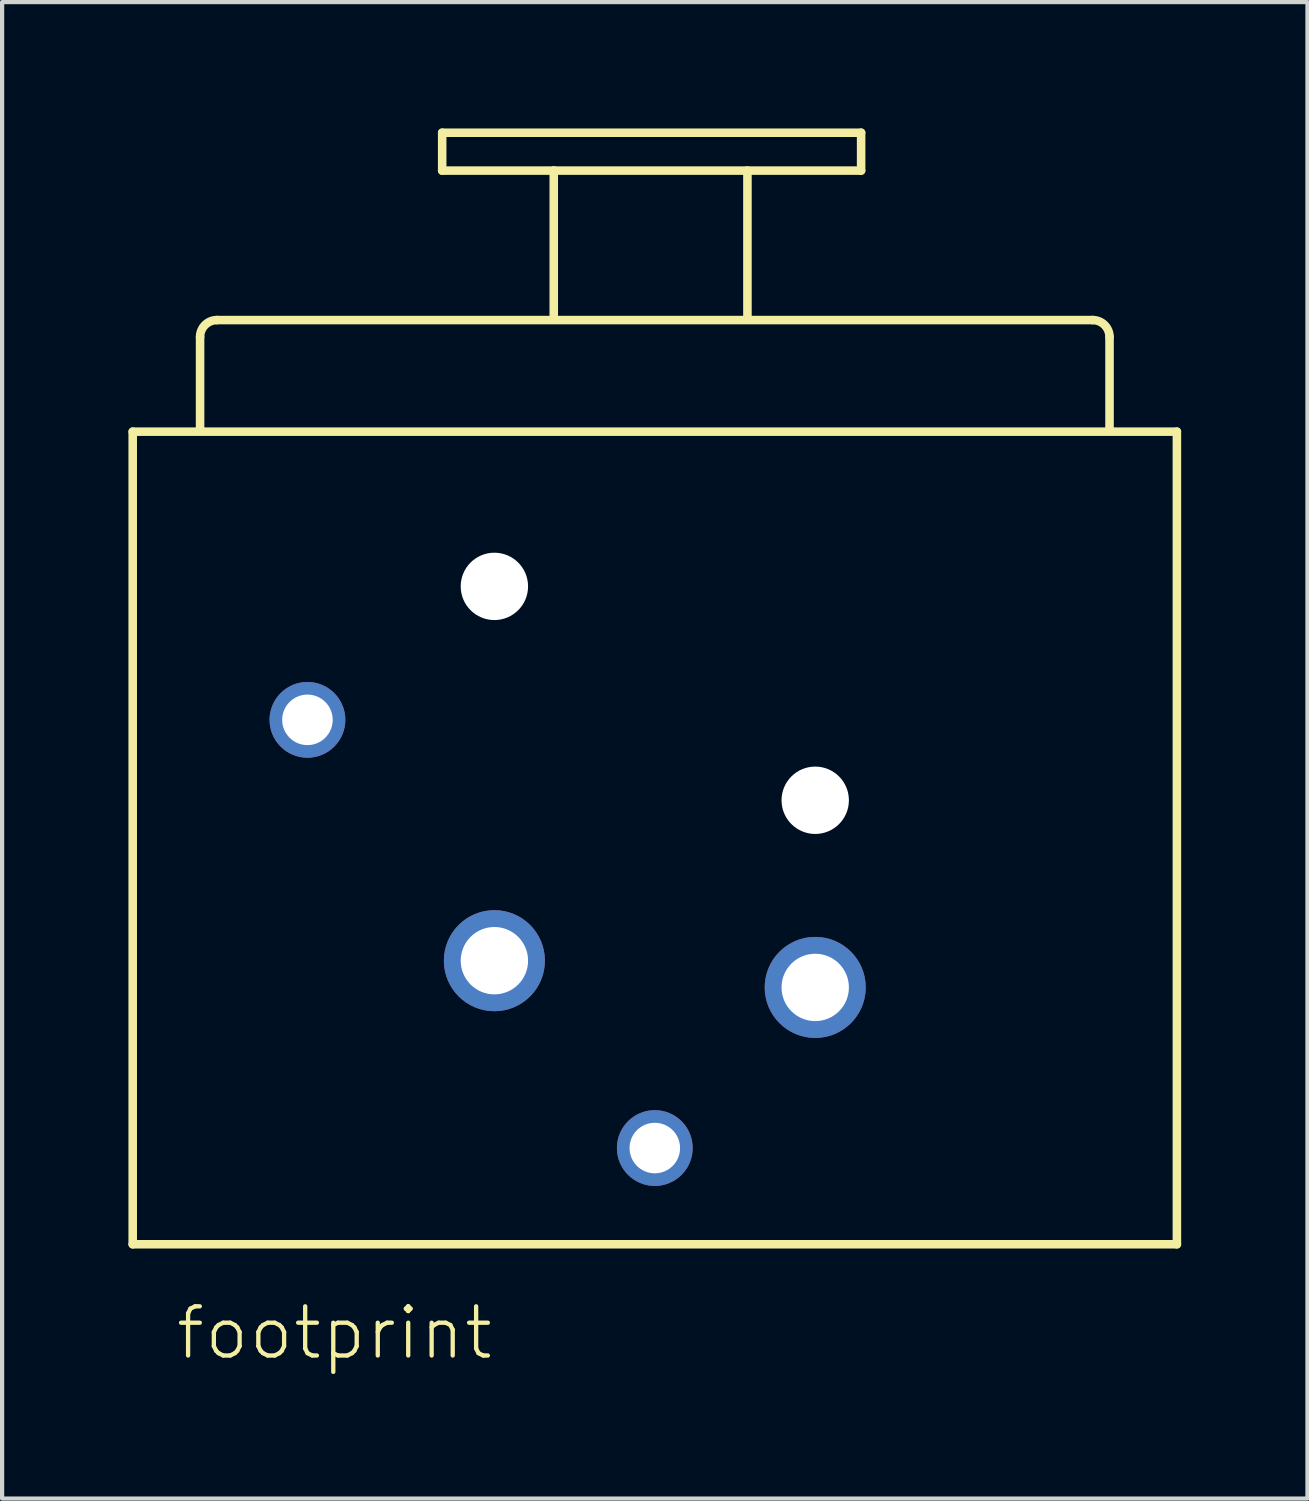
<source format=kicad_pcb>
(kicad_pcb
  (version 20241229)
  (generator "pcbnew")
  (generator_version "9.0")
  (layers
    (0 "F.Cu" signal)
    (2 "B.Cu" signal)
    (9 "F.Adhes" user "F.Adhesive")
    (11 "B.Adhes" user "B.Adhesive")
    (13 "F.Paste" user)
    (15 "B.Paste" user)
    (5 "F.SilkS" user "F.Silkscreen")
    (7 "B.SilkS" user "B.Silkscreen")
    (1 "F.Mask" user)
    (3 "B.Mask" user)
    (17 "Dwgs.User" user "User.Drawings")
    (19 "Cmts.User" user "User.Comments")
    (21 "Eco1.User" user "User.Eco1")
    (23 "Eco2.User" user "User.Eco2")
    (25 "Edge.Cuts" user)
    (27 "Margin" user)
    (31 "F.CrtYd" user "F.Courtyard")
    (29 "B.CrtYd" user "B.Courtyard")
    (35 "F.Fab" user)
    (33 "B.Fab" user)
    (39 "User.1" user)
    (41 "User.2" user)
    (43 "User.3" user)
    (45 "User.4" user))
  (footprint "footprint"
    (layer "F.Cu")
    (at 12.502 20.402)
    (property "Reference" "footprint" (at -11.43 8.89 0) (layer "F.SilkS") (effects (font (size 1.168 1.168) (thickness 0.102)) (justify left bottom)))
    (fp_line (start -12.4 -13.2) (end 12.4 -13.2) (stroke (width 0.203) (type solid)) (layer "F.SilkS"))
    (fp_line (start -12.4 6.1) (end -12.4 -13.2) (stroke (width 0.203) (type solid)) (layer "F.SilkS"))
    (fp_line (start -10.8 -13.3) (end -10.8 -15.45) (stroke (width 0.203) (type solid)) (layer "F.SilkS"))
    (fp_line (start -10.4 -15.85) (end 10.4 -15.85) (stroke (width 0.203) (type solid)) (layer "F.SilkS"))
    (fp_line (start -5.05 -20.3) (end 4.9 -20.3) (stroke (width 0.203) (type solid)) (layer "F.SilkS"))
    (fp_line (start -5.05 -19.4) (end -5.05 -20.3) (stroke (width 0.203) (type solid)) (layer "F.SilkS"))
    (fp_line (start -2.4 -19.4) (end -5.05 -19.4) (stroke (width 0.203) (type solid)) (layer "F.SilkS"))
    (fp_line (start -2.4 -19.4) (end 2.15 -19.4) (stroke (width 0.203) (type solid)) (layer "F.SilkS"))
    (fp_line (start -2.4 -15.95) (end -2.4 -19.4) (stroke (width 0.203) (type solid)) (layer "F.SilkS"))
    (fp_line (start 2.2 -19.4) (end 2.2 -15.95) (stroke (width 0.203) (type solid)) (layer "F.SilkS"))
    (fp_line (start 4.9 -20.3) (end 4.9 -19.4) (stroke (width 0.203) (type solid)) (layer "F.SilkS"))
    (fp_line (start 4.9 -19.4) (end 2.2 -19.4) (stroke (width 0.203) (type solid)) (layer "F.SilkS"))
    (fp_line (start 10.8 -15.45) (end 10.8 -13.3) (stroke (width 0.203) (type solid)) (layer "F.SilkS"))
    (fp_line (start 12.4 -13.2) (end 12.4 6.1) (stroke (width 0.203) (type solid)) (layer "F.SilkS"))
    (fp_line (start 12.4 6.1) (end -12.4 6.1) (stroke (width 0.203) (type solid)) (layer "F.SilkS"))
    (fp_arc (start -10.8 -15.45) (mid -10.682843 -15.732843) (end -10.4 -15.85) (stroke (width 0.2032) (type solid)) (layer "F.SilkS"))
    (fp_arc (start 10.4 -15.85) (mid 10.682843 -15.732843) (end 10.8 -15.45) (stroke (width 0.2032) (type solid)) (layer "F.SilkS"))
    (pad "" np_thru_hole circle (at -3.81 -9.525) (size 1.6 1.6) (drill 1.6) (layers "*.Cu" "*.Mask"))
    (pad "" np_thru_hole circle (at 3.81 -4.445) (size 1.6 1.6) (drill 1.6) (layers "*.Cu" "*.Mask"))
    (pad "1" thru_hole circle (at -3.81 -0.635) (size 2.4 2.4) (drill 1.6) (layers "*.Cu" "*.Mask"))
    (pad "2" thru_hole circle (at 3.81 0) (size 2.4 2.4) (drill 1.6) (layers "*.Cu" "*.Mask"))
    (pad "3" thru_hole circle (at 0 3.815) (size 1.8 1.8) (drill 1.2) (layers "*.Cu" "*.Mask"))
    (pad "G" thru_hole circle (at -8.25 -6.355) (size 1.8 1.8) (drill 1.2) (layers "*.Cu" "*.Mask")))
  (gr_rect
    (start -3 -3)
    (end 28.003 32.542)
    (stroke (width 0.1) (type default))
    (fill no)
    (layer "Edge.Cuts")))
</source>
